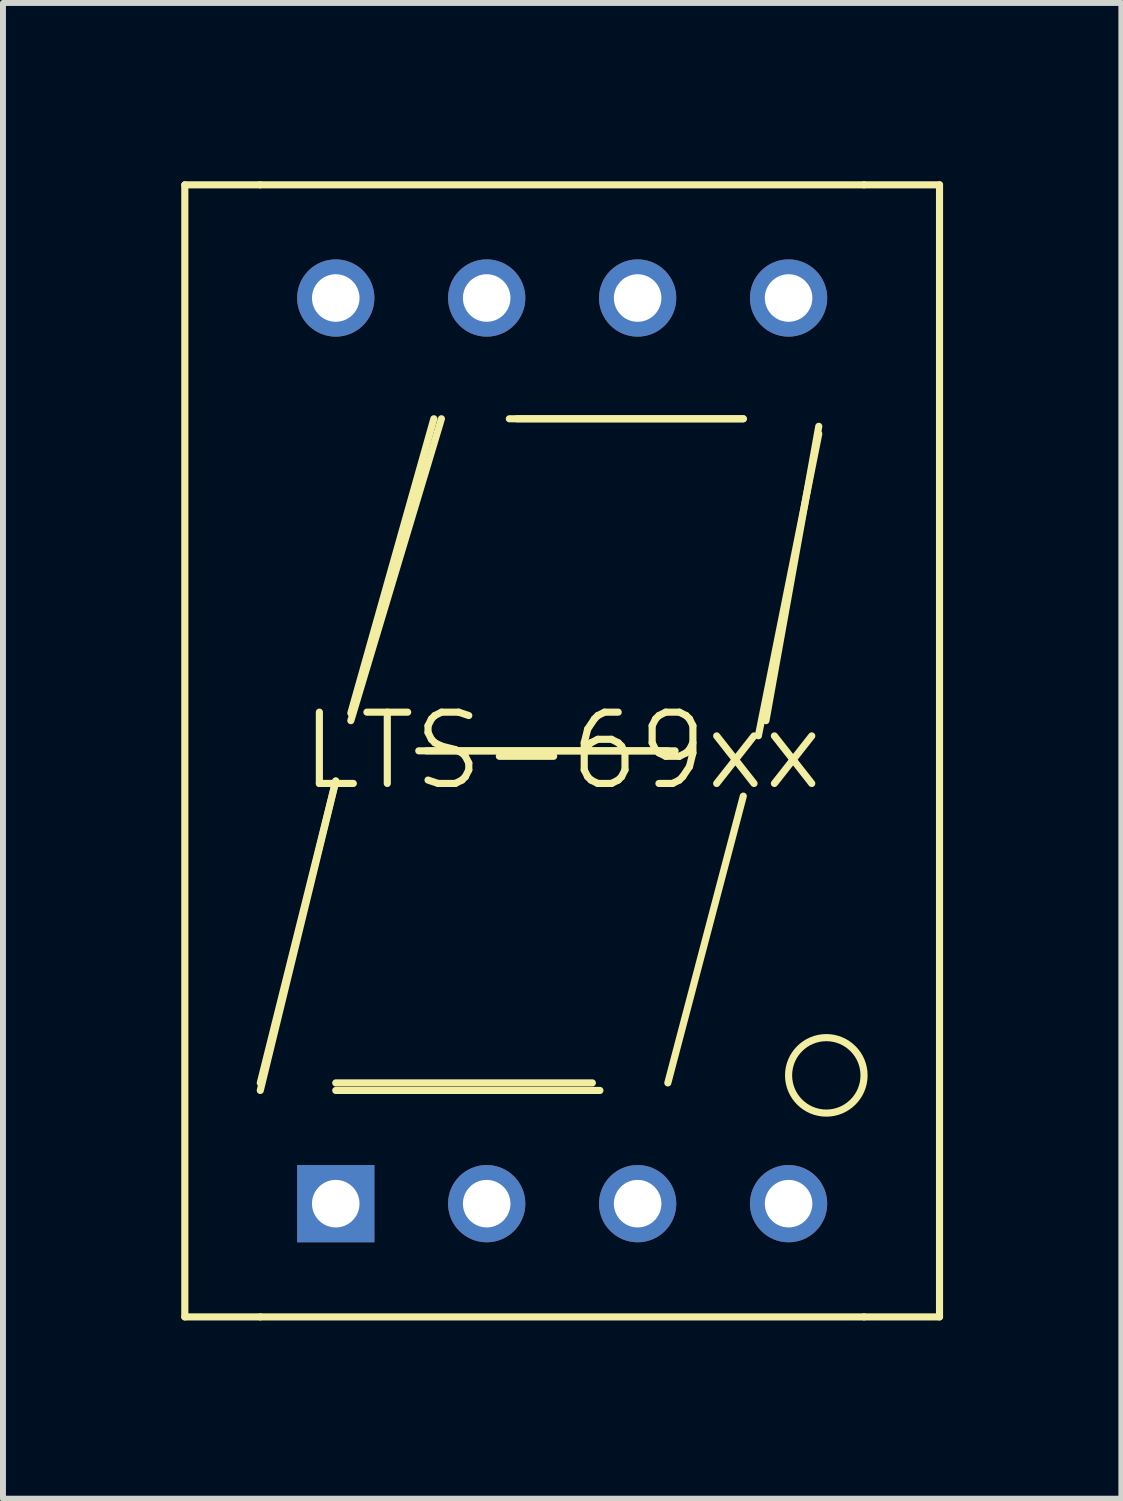
<source format=kicad_pcb>
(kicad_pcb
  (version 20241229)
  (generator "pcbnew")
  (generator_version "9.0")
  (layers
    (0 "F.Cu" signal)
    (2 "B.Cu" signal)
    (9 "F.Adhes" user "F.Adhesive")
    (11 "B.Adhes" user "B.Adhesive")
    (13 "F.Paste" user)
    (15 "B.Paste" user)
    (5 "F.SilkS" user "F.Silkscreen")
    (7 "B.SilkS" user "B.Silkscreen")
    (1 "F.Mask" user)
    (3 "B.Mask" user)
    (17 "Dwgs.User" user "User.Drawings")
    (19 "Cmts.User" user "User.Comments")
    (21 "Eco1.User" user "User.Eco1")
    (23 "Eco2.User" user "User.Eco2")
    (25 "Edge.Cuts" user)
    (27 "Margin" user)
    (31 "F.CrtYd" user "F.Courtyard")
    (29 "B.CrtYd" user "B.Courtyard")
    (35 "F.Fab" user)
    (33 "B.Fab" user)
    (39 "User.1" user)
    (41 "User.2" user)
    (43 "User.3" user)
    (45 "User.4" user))
  (footprint "LTS-69xx"
    (layer "F.Cu")
    (at 6.41 9.585)
    (property "Reference" "LTS-69xx" (at 0 0 0) (layer "F.SilkS") (effects (font (size 1.2 1.2) (thickness 0.12))))
    (attr through_hole)
    (fp_line (start -6.35 -9.525) (end -6.35 9.525) (stroke (width 0.12) (type solid)) (layer "F.SilkS"))
    (fp_line (start -6.35 9.525) (end -5.08 9.525) (stroke (width 0.12) (type solid)) (layer "F.SilkS"))
    (fp_line (start -5.08 -9.525) (end -6.35 -9.525) (stroke (width 0.12) (type solid)) (layer "F.SilkS"))
    (fp_line (start -5.08 9.525) (end 5.08 9.525) (stroke (width 0.12) (type solid)) (layer "F.SilkS"))
    (fp_line (start -3.81 0.508) (end -5.08 5.588) (stroke (width 0.12) (type solid)) (layer "F.SilkS"))
    (fp_line (start -3.81 0.508) (end -5.08 5.715) (stroke (width 0.12) (type solid)) (layer "F.SilkS"))
    (fp_line (start -3.81 5.588) (end 0.508 5.588) (stroke (width 0.12) (type solid)) (layer "F.SilkS"))
    (fp_line (start -3.81 5.715) (end 0.635 5.715) (stroke (width 0.12) (type solid)) (layer "F.SilkS"))
    (fp_line (start -3.556 -0.635) (end -2.159 -5.588) (stroke (width 0.12) (type solid)) (layer "F.SilkS"))
    (fp_line (start -2.413 0) (end 1.9 0) (stroke (width 0.12) (type solid)) (layer "F.SilkS"))
    (fp_line (start -2.286 0) (end 1.778 0) (stroke (width 0.12) (type solid)) (layer "F.SilkS"))
    (fp_line (start -2.032 -5.588) (end -3.556 -0.508) (stroke (width 0.12) (type solid)) (layer "F.SilkS"))
    (fp_line (start -0.889 -5.588) (end 3.048 -5.588) (stroke (width 0.12) (type solid)) (layer "F.SilkS"))
    (fp_line (start -0.762 -5.588) (end 3.048 -5.588) (stroke (width 0.12) (type solid)) (layer "F.SilkS"))
    (fp_line (start 3.048 0.762) (end 1.778 5.588) (stroke (width 0.12) (type solid)) (layer "F.SilkS"))
    (fp_line (start 3.429 -0.508) (end 4.318 -5.461) (stroke (width 0.12) (type solid)) (layer "F.SilkS"))
    (fp_line (start 4.318 -5.334) (end 3.302 -0.254) (stroke (width 0.12) (type solid)) (layer "F.SilkS"))
    (fp_line (start 5.08 -9.525) (end -5.08 -9.525) (stroke (width 0.12) (type solid)) (layer "F.SilkS"))
    (fp_line (start 5.08 9.525) (end 6.35 9.525) (stroke (width 0.12) (type solid)) (layer "F.SilkS"))
    (fp_line (start 6.35 -9.525) (end 5.08 -9.525) (stroke (width 0.12) (type solid)) (layer "F.SilkS"))
    (fp_line (start 6.35 9.525) (end 6.35 -9.525) (stroke (width 0.12) (type solid)) (layer "F.SilkS"))
    (fp_circle (center 4.445 5.461) (end 5.08 5.461) (stroke (width 0.12) (type solid)) (fill no) (layer "F.SilkS"))
    (pad "1" thru_hole rect (at -3.81 7.62) (size 1.3 1.3) (drill 0.8) (layers "*.Cu" "*.Mask"))
    (pad "2" thru_hole circle (at -1.27 7.62) (size 1.3 1.3) (drill 0.8) (layers "*.Cu" "*.Mask"))
    (pad "3" thru_hole circle (at 1.27 7.62) (size 1.3 1.3) (drill 0.8) (layers "*.Cu" "*.Mask"))
    (pad "4" thru_hole circle (at 3.81 7.62) (size 1.3 1.3) (drill 0.8) (layers "*.Cu" "*.Mask"))
    (pad "5" thru_hole circle (at 3.81 -7.62) (size 1.3 1.3) (drill 0.8) (layers "*.Cu" "*.Mask"))
    (pad "6" thru_hole circle (at 1.27 -7.62) (size 1.3 1.3) (drill 0.8) (layers "*.Cu" "*.Mask"))
    (pad "7" thru_hole circle (at -1.27 -7.62) (size 1.3 1.3) (drill 0.8) (layers "*.Cu" "*.Mask"))
    (pad "8" thru_hole circle (at -3.81 -7.62) (size 1.3 1.3) (drill 0.8) (layers "*.Cu" "*.Mask")))
  (gr_rect
    (start -3 -3)
    (end 15.82 22.17)
    (stroke (width 0.1) (type default))
    (fill no)
    (layer "Edge.Cuts")))
</source>
